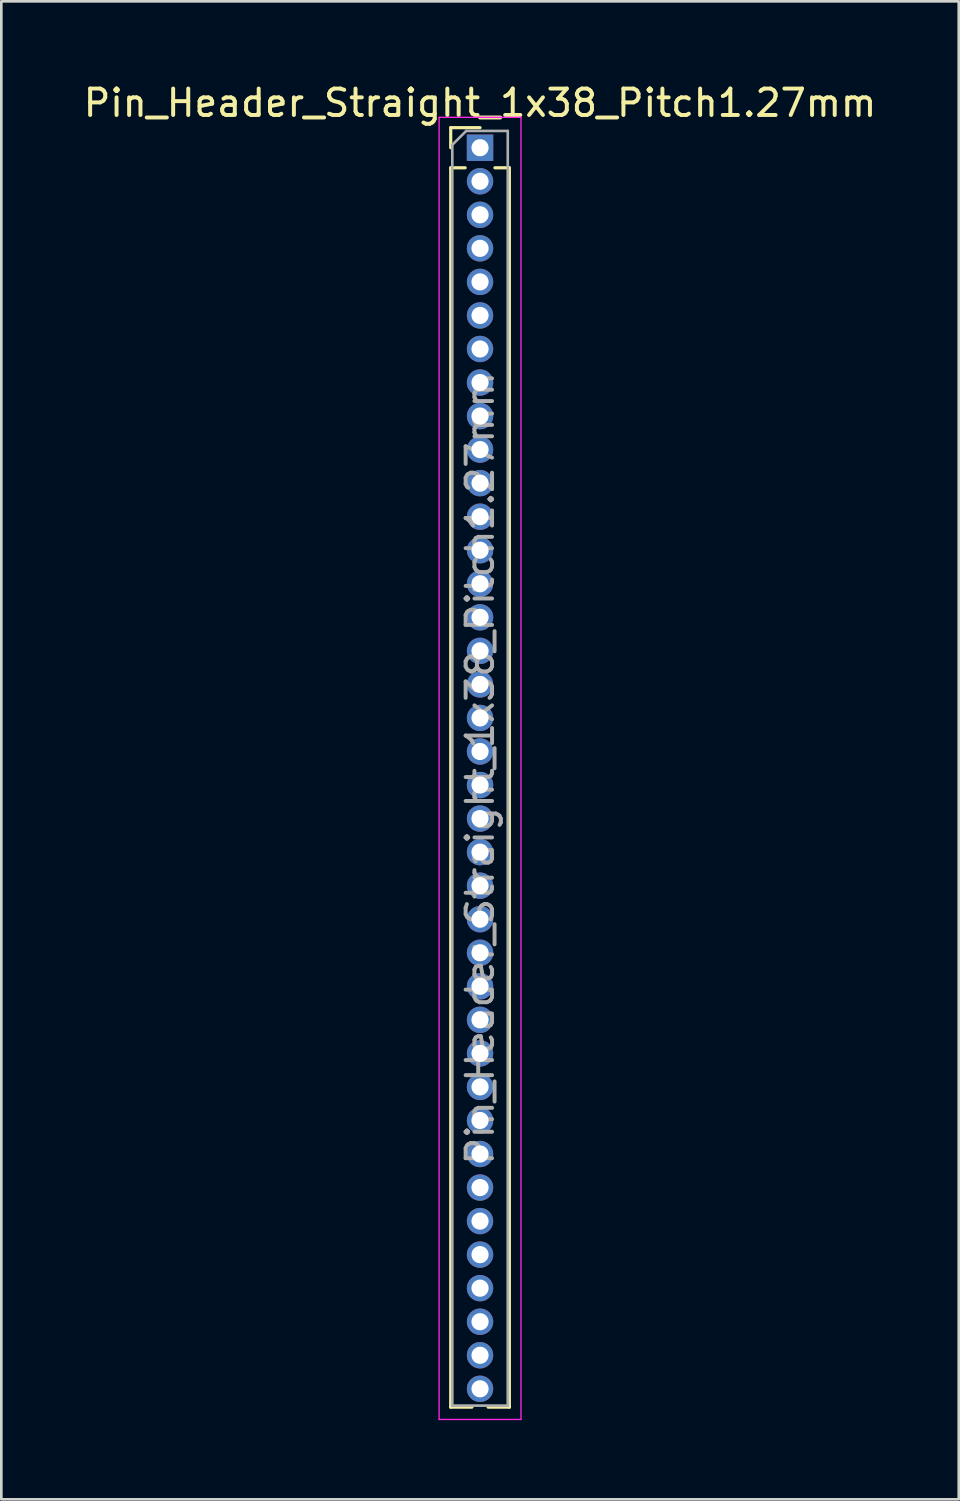
<source format=kicad_pcb>
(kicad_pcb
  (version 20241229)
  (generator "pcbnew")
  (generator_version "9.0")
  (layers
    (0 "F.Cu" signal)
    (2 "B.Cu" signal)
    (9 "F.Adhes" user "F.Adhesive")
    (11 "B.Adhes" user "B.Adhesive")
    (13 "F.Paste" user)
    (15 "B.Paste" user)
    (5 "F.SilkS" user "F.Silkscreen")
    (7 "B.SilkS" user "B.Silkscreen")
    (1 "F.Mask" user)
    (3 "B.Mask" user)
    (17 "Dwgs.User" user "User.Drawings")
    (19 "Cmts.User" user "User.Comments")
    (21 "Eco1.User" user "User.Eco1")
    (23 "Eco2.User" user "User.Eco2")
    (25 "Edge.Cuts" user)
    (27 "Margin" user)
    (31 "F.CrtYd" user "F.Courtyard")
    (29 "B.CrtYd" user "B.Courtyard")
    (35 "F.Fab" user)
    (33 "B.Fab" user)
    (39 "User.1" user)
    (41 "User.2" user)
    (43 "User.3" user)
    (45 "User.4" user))
  (footprint "Pin_Header_Straight_1x38_Pitch1.27mm"
    (layer "F.Cu")
    (at 15.125 2.543)
    (property "Reference" "Pin_Header_Straight_1x38_Pitch1.27mm" (at 0 -1.695 0) (layer "F.SilkS") (effects (font (size 1 1) (thickness 0.15))))
    (attr through_hole)
    (fp_line (start -1.11 -0.76) (end 0 -0.76) (stroke (width 0.12) (type solid)) (layer "F.SilkS"))
    (fp_line (start -1.11 0) (end -1.11 -0.76) (stroke (width 0.12) (type solid)) (layer "F.SilkS"))
    (fp_line (start -1.11 0.76) (end -1.11 47.685) (stroke (width 0.12) (type solid)) (layer "F.SilkS"))
    (fp_line (start -1.11 0.76) (end -0.563 0.76) (stroke (width 0.12) (type solid)) (layer "F.SilkS"))
    (fp_line (start -1.11 47.685) (end -0.308 47.685) (stroke (width 0.12) (type solid)) (layer "F.SilkS"))
    (fp_line (start 0.308 47.685) (end 1.11 47.685) (stroke (width 0.12) (type solid)) (layer "F.SilkS"))
    (fp_line (start 0.563 0.76) (end 1.11 0.76) (stroke (width 0.12) (type solid)) (layer "F.SilkS"))
    (fp_line (start 1.11 0.76) (end 1.11 47.685) (stroke (width 0.12) (type solid)) (layer "F.SilkS"))
    (fp_line (start -1.55 -1.15) (end -1.55 48.15) (stroke (width 0.05) (type solid)) (layer "F.CrtYd"))
    (fp_line (start -1.55 48.15) (end 1.55 48.15) (stroke (width 0.05) (type solid)) (layer "F.CrtYd"))
    (fp_line (start 1.55 -1.15) (end -1.55 -1.15) (stroke (width 0.05) (type solid)) (layer "F.CrtYd"))
    (fp_line (start 1.55 48.15) (end 1.55 -1.15) (stroke (width 0.05) (type solid)) (layer "F.CrtYd"))
    (fp_line (start -1.05 -0.11) (end -0.525 -0.635) (stroke (width 0.1) (type solid)) (layer "F.Fab"))
    (fp_line (start -1.05 47.625) (end -1.05 -0.11) (stroke (width 0.1) (type solid)) (layer "F.Fab"))
    (fp_line (start -0.525 -0.635) (end 1.05 -0.635) (stroke (width 0.1) (type solid)) (layer "F.Fab"))
    (fp_line (start 1.05 -0.635) (end 1.05 47.625) (stroke (width 0.1) (type solid)) (layer "F.Fab"))
    (fp_line (start 1.05 47.625) (end -1.05 47.625) (stroke (width 0.1) (type solid)) (layer "F.Fab"))
    (fp_text user "${REFERENCE}" (at 0 23.495 90) (layer "F.Fab") (effects (font (size 1 1) (thickness 0.15))))
    (pad "1" thru_hole rect (at 0 0) (size 1 1) (drill 0.65) (layers "*.Cu" "*.Mask"))
    (pad "2" thru_hole oval (at 0 1.27) (size 1 1) (drill 0.65) (layers "*.Cu" "*.Mask"))
    (pad "3" thru_hole oval (at 0 2.54) (size 1 1) (drill 0.65) (layers "*.Cu" "*.Mask"))
    (pad "4" thru_hole oval (at 0 3.81) (size 1 1) (drill 0.65) (layers "*.Cu" "*.Mask"))
    (pad "5" thru_hole oval (at 0 5.08) (size 1 1) (drill 0.65) (layers "*.Cu" "*.Mask"))
    (pad "6" thru_hole oval (at 0 6.35) (size 1 1) (drill 0.65) (layers "*.Cu" "*.Mask"))
    (pad "7" thru_hole oval (at 0 7.62) (size 1 1) (drill 0.65) (layers "*.Cu" "*.Mask"))
    (pad "8" thru_hole oval (at 0 8.89) (size 1 1) (drill 0.65) (layers "*.Cu" "*.Mask"))
    (pad "9" thru_hole oval (at 0 10.16) (size 1 1) (drill 0.65) (layers "*.Cu" "*.Mask"))
    (pad "10" thru_hole oval (at 0 11.43) (size 1 1) (drill 0.65) (layers "*.Cu" "*.Mask"))
    (pad "11" thru_hole oval (at 0 12.7) (size 1 1) (drill 0.65) (layers "*.Cu" "*.Mask"))
    (pad "12" thru_hole oval (at 0 13.97) (size 1 1) (drill 0.65) (layers "*.Cu" "*.Mask"))
    (pad "13" thru_hole oval (at 0 15.24) (size 1 1) (drill 0.65) (layers "*.Cu" "*.Mask"))
    (pad "14" thru_hole oval (at 0 16.51) (size 1 1) (drill 0.65) (layers "*.Cu" "*.Mask"))
    (pad "15" thru_hole oval (at 0 17.78) (size 1 1) (drill 0.65) (layers "*.Cu" "*.Mask"))
    (pad "16" thru_hole oval (at 0 19.05) (size 1 1) (drill 0.65) (layers "*.Cu" "*.Mask"))
    (pad "17" thru_hole oval (at 0 20.32) (size 1 1) (drill 0.65) (layers "*.Cu" "*.Mask"))
    (pad "18" thru_hole oval (at 0 21.59) (size 1 1) (drill 0.65) (layers "*.Cu" "*.Mask"))
    (pad "19" thru_hole oval (at 0 22.86) (size 1 1) (drill 0.65) (layers "*.Cu" "*.Mask"))
    (pad "20" thru_hole oval (at 0 24.13) (size 1 1) (drill 0.65) (layers "*.Cu" "*.Mask"))
    (pad "21" thru_hole oval (at 0 25.4) (size 1 1) (drill 0.65) (layers "*.Cu" "*.Mask"))
    (pad "22" thru_hole oval (at 0 26.67) (size 1 1) (drill 0.65) (layers "*.Cu" "*.Mask"))
    (pad "23" thru_hole oval (at 0 27.94) (size 1 1) (drill 0.65) (layers "*.Cu" "*.Mask"))
    (pad "24" thru_hole oval (at 0 29.21) (size 1 1) (drill 0.65) (layers "*.Cu" "*.Mask"))
    (pad "25" thru_hole oval (at 0 30.48) (size 1 1) (drill 0.65) (layers "*.Cu" "*.Mask"))
    (pad "26" thru_hole oval (at 0 31.75) (size 1 1) (drill 0.65) (layers "*.Cu" "*.Mask"))
    (pad "27" thru_hole oval (at 0 33.02) (size 1 1) (drill 0.65) (layers "*.Cu" "*.Mask"))
    (pad "28" thru_hole oval (at 0 34.29) (size 1 1) (drill 0.65) (layers "*.Cu" "*.Mask"))
    (pad "29" thru_hole oval (at 0 35.56) (size 1 1) (drill 0.65) (layers "*.Cu" "*.Mask"))
    (pad "30" thru_hole oval (at 0 36.83) (size 1 1) (drill 0.65) (layers "*.Cu" "*.Mask"))
    (pad "31" thru_hole oval (at 0 38.1) (size 1 1) (drill 0.65) (layers "*.Cu" "*.Mask"))
    (pad "32" thru_hole oval (at 0 39.37) (size 1 1) (drill 0.65) (layers "*.Cu" "*.Mask"))
    (pad "33" thru_hole oval (at 0 40.64) (size 1 1) (drill 0.65) (layers "*.Cu" "*.Mask"))
    (pad "34" thru_hole oval (at 0 41.91) (size 1 1) (drill 0.65) (layers "*.Cu" "*.Mask"))
    (pad "35" thru_hole oval (at 0 43.18) (size 1 1) (drill 0.65) (layers "*.Cu" "*.Mask"))
    (pad "36" thru_hole oval (at 0 44.45) (size 1 1) (drill 0.65) (layers "*.Cu" "*.Mask"))
    (pad "37" thru_hole oval (at 0 45.72) (size 1 1) (drill 0.65) (layers "*.Cu" "*.Mask"))
    (pad "38" thru_hole oval (at 0 46.99) (size 1 1) (drill 0.65) (layers "*.Cu" "*.Mask")))
  (gr_rect
    (start -3 -3)
    (end 33.25 53.718)
    (stroke (width 0.1) (type default))
    (fill no)
    (layer "Edge.Cuts")))
</source>
